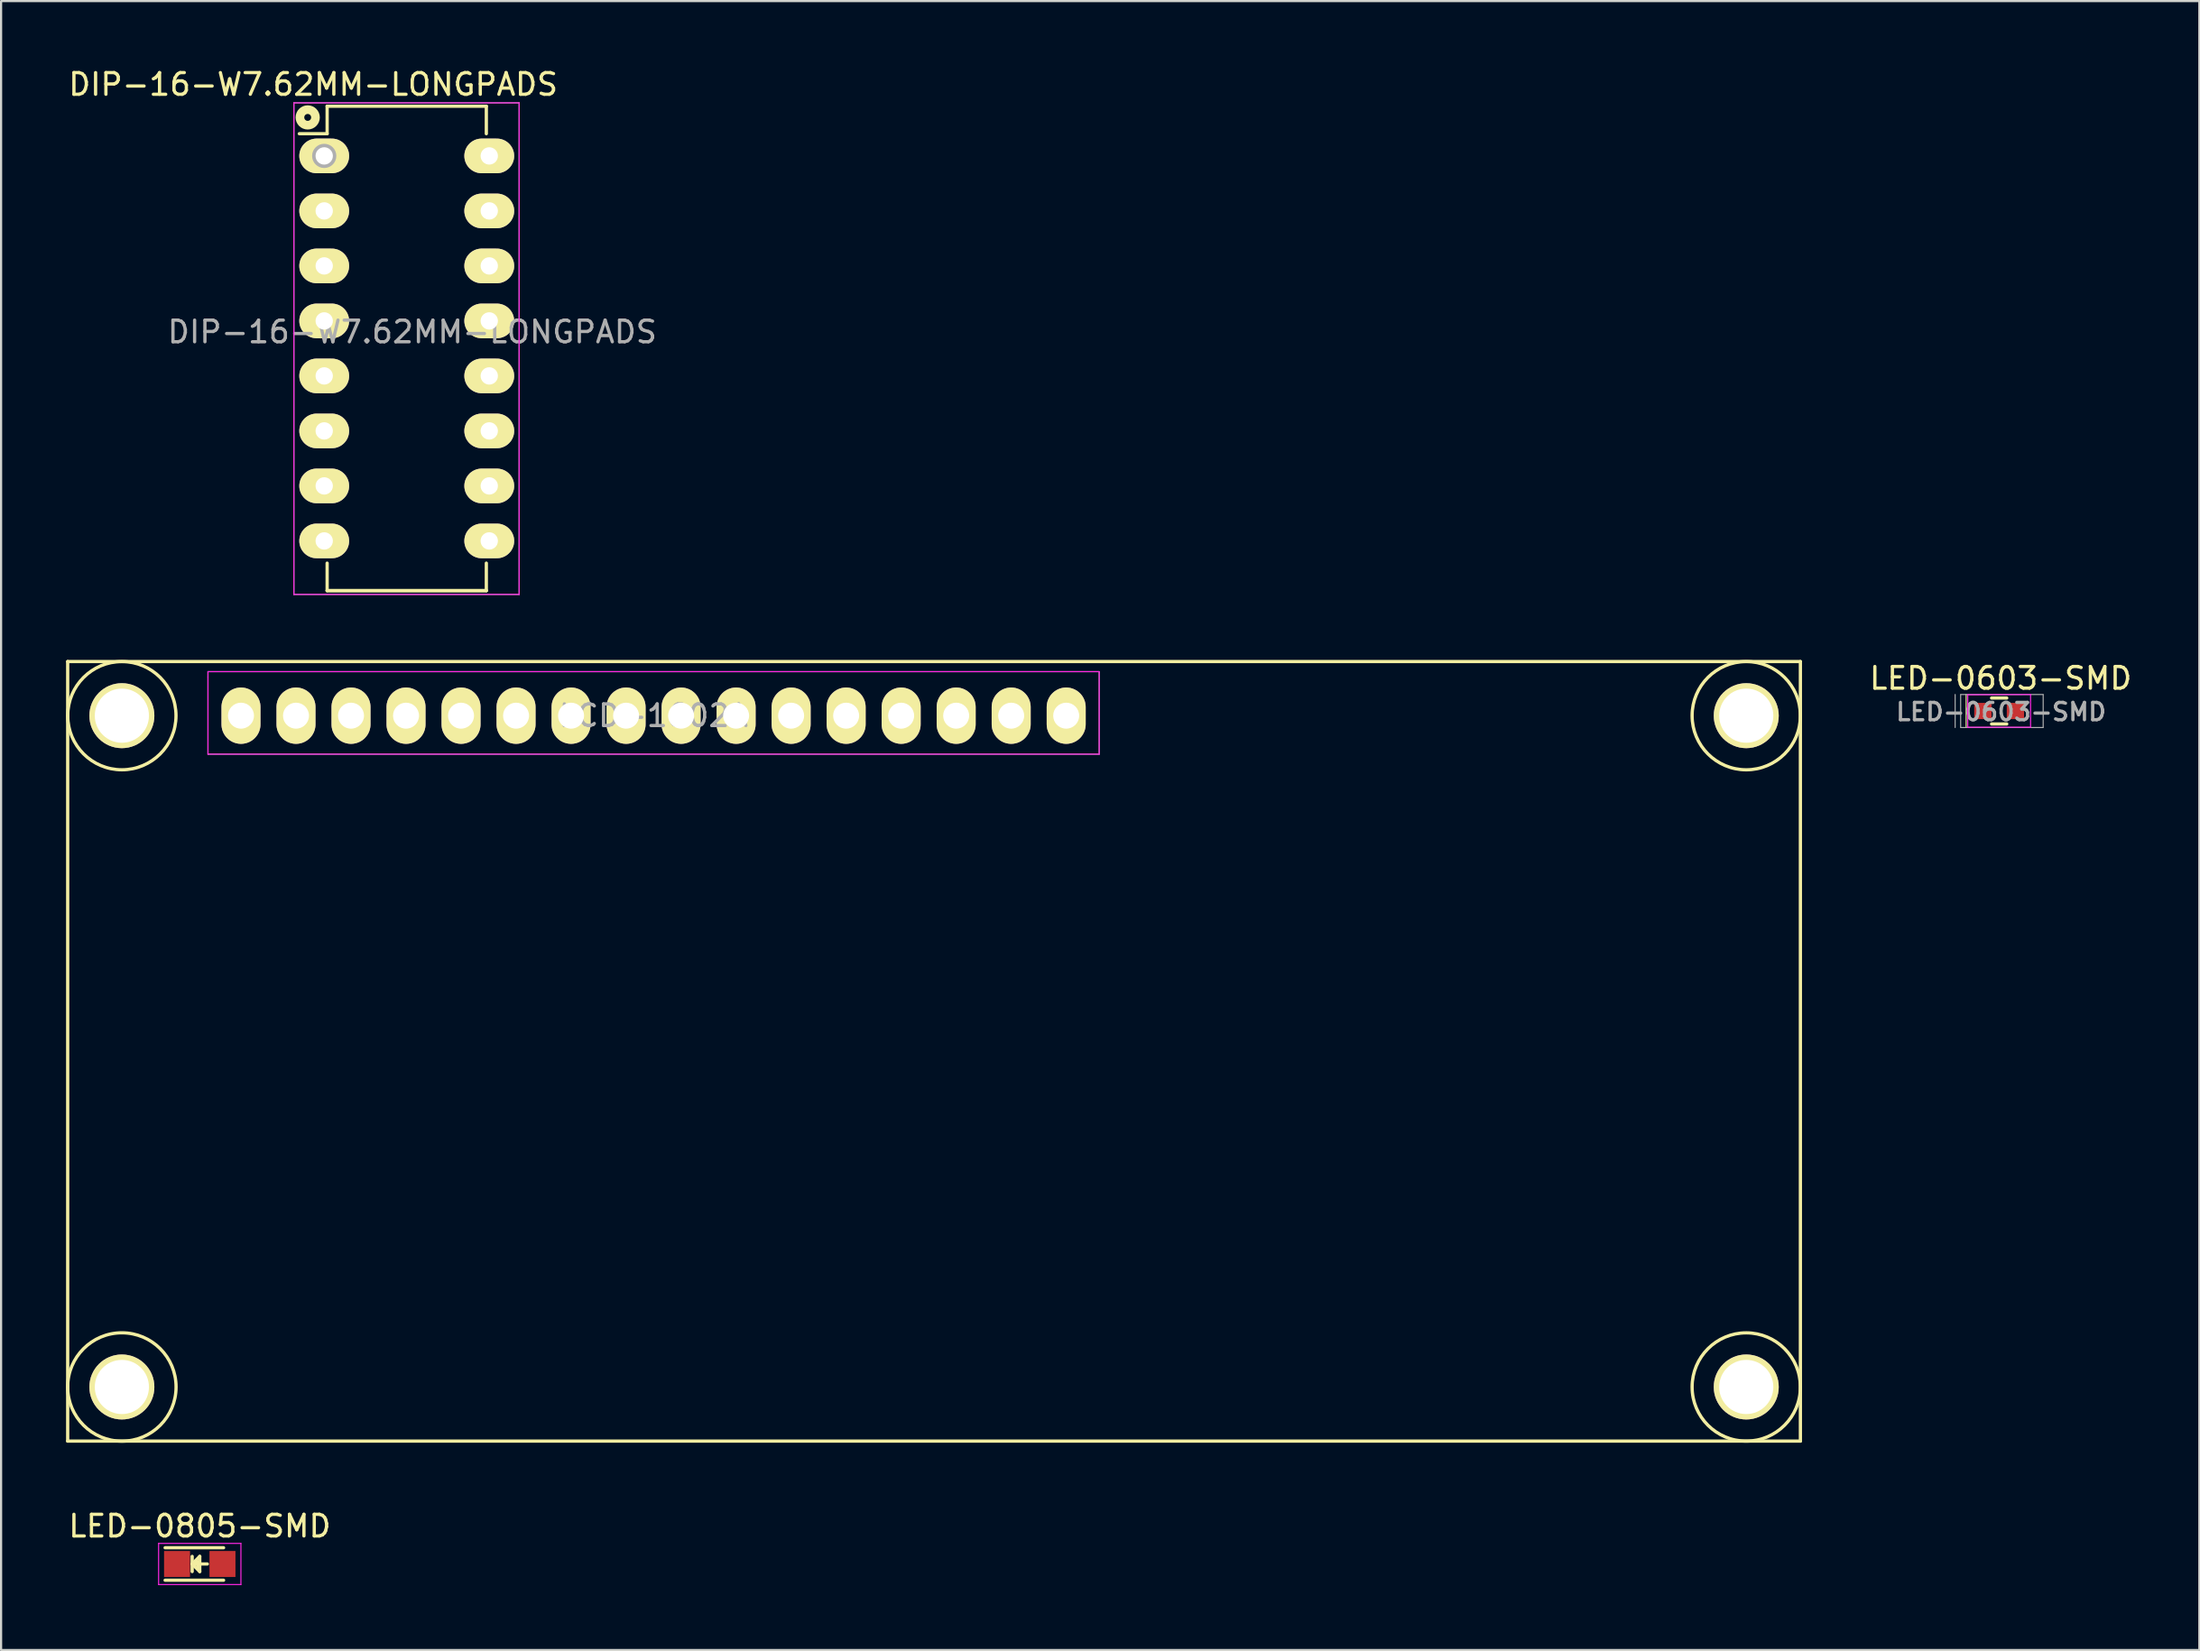
<source format=kicad_pcb>
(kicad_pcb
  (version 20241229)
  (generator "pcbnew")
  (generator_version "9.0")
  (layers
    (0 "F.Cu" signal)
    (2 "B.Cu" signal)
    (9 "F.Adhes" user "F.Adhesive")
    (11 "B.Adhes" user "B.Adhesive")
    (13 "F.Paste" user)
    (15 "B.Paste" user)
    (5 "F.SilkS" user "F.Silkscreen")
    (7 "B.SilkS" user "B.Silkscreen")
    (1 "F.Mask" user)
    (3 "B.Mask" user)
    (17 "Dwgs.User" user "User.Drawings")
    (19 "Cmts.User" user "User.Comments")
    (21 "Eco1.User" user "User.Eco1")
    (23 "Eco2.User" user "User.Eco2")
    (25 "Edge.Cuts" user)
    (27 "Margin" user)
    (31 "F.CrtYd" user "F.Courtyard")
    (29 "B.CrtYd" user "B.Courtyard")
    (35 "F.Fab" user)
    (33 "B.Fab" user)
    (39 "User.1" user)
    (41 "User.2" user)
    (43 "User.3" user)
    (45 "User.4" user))
  (footprint "LCD-1602A"
    (layer "F.Cu")
    (at 8.076 30)
    (property "Reference" "LCD-1602A" (at 19.05 0 0) (layer "F.Fab") (effects (font (size 1 1) (thickness 0.15))))
    (attr through_hole)
    (fp_line (start -8.001 -2.499) (end 71.999 -2.499) (stroke (width 0.15) (type solid)) (layer "F.SilkS"))
    (fp_line (start -8.001 33.5) (end -8.001 -2.499) (stroke (width 0.15) (type solid)) (layer "F.SilkS"))
    (fp_line (start 71.999 -2.499) (end 71.999 33.5) (stroke (width 0.15) (type solid)) (layer "F.SilkS"))
    (fp_line (start 71.999 33.5) (end -8.001 33.5) (stroke (width 0.15) (type solid)) (layer "F.SilkS"))
    (fp_circle (center -5.499 0) (end -3 0) (stroke (width 0.15) (type solid)) (fill no) (layer "F.SilkS"))
    (fp_circle (center -5.499 31.001) (end -8.001 31.001) (stroke (width 0.15) (type solid)) (fill no) (layer "F.SilkS"))
    (fp_circle (center 69.499 0) (end 71.999 0) (stroke (width 0.15) (type solid)) (fill no) (layer "F.SilkS"))
    (fp_circle (center 69.499 31.001) (end 71.999 31.001) (stroke (width 0.15) (type solid)) (fill no) (layer "F.SilkS"))
    (fp_line (start -1.524 -2.032) (end -1.524 -1.778) (stroke (width 0.05) (type solid)) (layer "F.CrtYd"))
    (fp_line (start -1.524 -1.778) (end -1.524 1.778) (stroke (width 0.05) (type solid)) (layer "F.CrtYd"))
    (fp_line (start -1.524 1.778) (end 39.624 1.778) (stroke (width 0.05) (type solid)) (layer "F.CrtYd"))
    (fp_line (start 39.624 -2.032) (end -1.524 -2.032) (stroke (width 0.05) (type solid)) (layer "F.CrtYd"))
    (fp_line (start 39.624 1.778) (end 39.624 -2.032) (stroke (width 0.05) (type solid)) (layer "F.CrtYd"))
    (fp_line (start -1.524 -2.032) (end -1.524 1.778) (stroke (width 0.05) (type solid)) (layer "F.Fab"))
    (fp_line (start -1.524 1.778) (end 39.624 1.778) (stroke (width 0.05) (type solid)) (layer "F.Fab"))
    (fp_line (start 39.624 -2.032) (end -1.524 -2.032) (stroke (width 0.05) (type solid)) (layer "F.Fab"))
    (fp_line (start 39.624 1.778) (end 39.624 -2.032) (stroke (width 0.05) (type solid)) (layer "F.Fab"))
    (pad "0" thru_hole circle (at -5.499 0) (size 3 3) (drill 2.5) (layers "*.Cu" "*.Mask" "F.SilkS"))
    (pad "0" thru_hole circle (at -5.499 31.001) (size 3 3) (drill 2.5) (layers "*.Cu" "*.Mask" "F.SilkS"))
    (pad "0" thru_hole circle (at 69.499 0) (size 3 3) (drill 2.5) (layers "*.Cu" "*.Mask" "F.SilkS"))
    (pad "0" thru_hole circle (at 69.499 31.001) (size 3 3) (drill 2.5) (layers "*.Cu" "*.Mask" "F.SilkS"))
    (pad "1" thru_hole oval (at 0 0) (size 1.8 2.6) (drill 1.2) (layers "*.Cu" "*.Mask" "F.SilkS"))
    (pad "2" thru_hole oval (at 2.54 0) (size 1.8 2.6) (drill 1.2) (layers "*.Cu" "*.Mask" "F.SilkS"))
    (pad "3" thru_hole oval (at 5.08 0) (size 1.8 2.6) (drill 1.2) (layers "*.Cu" "*.Mask" "F.SilkS"))
    (pad "4" thru_hole oval (at 7.62 0) (size 1.8 2.6) (drill 1.2) (layers "*.Cu" "*.Mask" "F.SilkS"))
    (pad "5" thru_hole oval (at 10.16 0) (size 1.8 2.6) (drill 1.2) (layers "*.Cu" "*.Mask" "F.SilkS"))
    (pad "6" thru_hole oval (at 12.7 0) (size 1.8 2.6) (drill 1.2) (layers "*.Cu" "*.Mask" "F.SilkS"))
    (pad "7" thru_hole oval (at 15.24 0) (size 1.8 2.6) (drill 1.2) (layers "*.Cu" "*.Mask" "F.SilkS"))
    (pad "8" thru_hole oval (at 17.78 0) (size 1.8 2.6) (drill 1.2) (layers "*.Cu" "*.Mask" "F.SilkS"))
    (pad "9" thru_hole oval (at 20.32 0) (size 1.8 2.6) (drill 1.2) (layers "*.Cu" "*.Mask" "F.SilkS"))
    (pad "10" thru_hole oval (at 22.86 0) (size 1.8 2.6) (drill 1.2) (layers "*.Cu" "*.Mask" "F.SilkS"))
    (pad "11" thru_hole oval (at 25.4 0) (size 1.8 2.6) (drill 1.2) (layers "*.Cu" "*.Mask" "F.SilkS"))
    (pad "12" thru_hole oval (at 27.94 0) (size 1.8 2.6) (drill 1.2) (layers "*.Cu" "*.Mask" "F.SilkS"))
    (pad "13" thru_hole oval (at 30.48 0) (size 1.8 2.6) (drill 1.2) (layers "*.Cu" "*.Mask" "F.SilkS"))
    (pad "14" thru_hole oval (at 33.02 0) (size 1.8 2.6) (drill 1.2) (layers "*.Cu" "*.Mask" "F.SilkS"))
    (pad "15" thru_hole oval (at 35.56 0) (size 1.8 2.6) (drill 1.2) (layers "*.Cu" "*.Mask" "F.SilkS"))
    (pad "16" thru_hole oval (at 38.1 0) (size 1.8 2.6) (drill 1.2) (layers "*.Cu" "*.Mask" "F.SilkS")))
  (footprint "DIP-16-W7.62MM-LONGPADS"
    (layer "F.Cu")
    (at 11.919 4.15)
    (property "Reference" "DIP-16-W7.62MM-LONGPADS" (at 4.064 8.128 0) (layer "F.Fab") (effects (font (size 1 1) (thickness 0.15))))
    (attr through_hole)
    (fp_line (start 0.135 -2.295) (end 0.135 -1.025) (stroke (width 0.15) (type solid)) (layer "F.SilkS"))
    (fp_line (start 0.135 -2.295) (end 7.485 -2.295) (stroke (width 0.15) (type solid)) (layer "F.SilkS"))
    (fp_line (start 0.135 -1.025) (end -1.15 -1.025) (stroke (width 0.15) (type solid)) (layer "F.SilkS"))
    (fp_line (start 0.135 20.075) (end 0.135 18.805) (stroke (width 0.15) (type solid)) (layer "F.SilkS"))
    (fp_line (start 0.135 20.075) (end 7.485 20.075) (stroke (width 0.15) (type solid)) (layer "F.SilkS"))
    (fp_line (start 0.135 20.075) (end 7.485 20.075) (stroke (width 0.15) (type solid)) (layer "F.SilkS"))
    (fp_line (start 7.485 -2.295) (end 7.485 -1.025) (stroke (width 0.15) (type solid)) (layer "F.SilkS"))
    (fp_line (start 7.485 20.075) (end 7.485 18.805) (stroke (width 0.15) (type solid)) (layer "F.SilkS"))
    (fp_circle (center -0.762 -1.778) (end -0.508 -1.524) (stroke (width 0.4) (type solid)) (fill no) (layer "F.SilkS"))
    (fp_line (start -1.4 -2.45) (end -1.4 20.25) (stroke (width 0.05) (type solid)) (layer "F.CrtYd"))
    (fp_line (start -1.4 -2.45) (end 9 -2.45) (stroke (width 0.05) (type solid)) (layer "F.CrtYd"))
    (fp_line (start -1.4 20.25) (end 9 20.25) (stroke (width 0.05) (type solid)) (layer "F.CrtYd"))
    (fp_line (start 9 -2.45) (end 9 20.25) (stroke (width 0.05) (type solid)) (layer "F.CrtYd"))
    (fp_line (start -1.4 -2.45) (end -1.4 20.25) (stroke (width 0.05) (type solid)) (layer "F.Fab"))
    (fp_line (start -1.4 -2.45) (end 9 -2.45) (stroke (width 0.05) (type solid)) (layer "F.Fab"))
    (fp_line (start -1.4 20.25) (end 9 20.25) (stroke (width 0.05) (type solid)) (layer "F.Fab"))
    (fp_line (start 9 -2.45) (end 9 20.25) (stroke (width 0.05) (type solid)) (layer "F.Fab"))
    (fp_circle (center 0 0) (end 0.254 0.254) (stroke (width 0.4) (type solid)) (fill no) (layer "F.Fab"))
    (fp_text user "${REFERENCE}" (at -0.508 -3.302 0) (layer "F.SilkS") (effects (font (size 1 1) (thickness 0.15))))
    (pad "1" thru_hole oval (at 0 0) (size 2.3 1.6) (drill 0.8) (layers "*.Cu" "*.Mask" "F.SilkS"))
    (pad "2" thru_hole oval (at 0 2.54) (size 2.3 1.6) (drill 0.8) (layers "*.Cu" "*.Mask" "F.SilkS"))
    (pad "3" thru_hole oval (at 0 5.08) (size 2.3 1.6) (drill 0.8) (layers "*.Cu" "*.Mask" "F.SilkS"))
    (pad "4" thru_hole oval (at 0 7.62) (size 2.3 1.6) (drill 0.8) (layers "*.Cu" "*.Mask" "F.SilkS"))
    (pad "5" thru_hole oval (at 0 10.16) (size 2.3 1.6) (drill 0.8) (layers "*.Cu" "*.Mask" "F.SilkS"))
    (pad "6" thru_hole oval (at 0 12.7) (size 2.3 1.6) (drill 0.8) (layers "*.Cu" "*.Mask" "F.SilkS"))
    (pad "7" thru_hole oval (at 0 15.24) (size 2.3 1.6) (drill 0.8) (layers "*.Cu" "*.Mask" "F.SilkS"))
    (pad "8" thru_hole oval (at 0 17.78) (size 2.3 1.6) (drill 0.8) (layers "*.Cu" "*.Mask" "F.SilkS"))
    (pad "9" thru_hole oval (at 7.62 17.78) (size 2.3 1.6) (drill 0.8) (layers "*.Cu" "*.Mask" "F.SilkS"))
    (pad "10" thru_hole oval (at 7.62 15.24) (size 2.3 1.6) (drill 0.8) (layers "*.Cu" "*.Mask" "F.SilkS"))
    (pad "11" thru_hole oval (at 7.62 12.7) (size 2.3 1.6) (drill 0.8) (layers "*.Cu" "*.Mask" "F.SilkS"))
    (pad "12" thru_hole oval (at 7.62 10.16) (size 2.3 1.6) (drill 0.8) (layers "*.Cu" "*.Mask" "F.SilkS"))
    (pad "13" thru_hole oval (at 7.62 7.62) (size 2.3 1.6) (drill 0.8) (layers "*.Cu" "*.Mask" "F.SilkS"))
    (pad "14" thru_hole oval (at 7.62 5.08) (size 2.3 1.6) (drill 0.8) (layers "*.Cu" "*.Mask" "F.SilkS"))
    (pad "15" thru_hole oval (at 7.62 2.54) (size 2.3 1.6) (drill 0.8) (layers "*.Cu" "*.Mask" "F.SilkS"))
    (pad "16" thru_hole oval (at 7.62 0) (size 2.3 1.6) (drill 0.8) (layers "*.Cu" "*.Mask" "F.SilkS")))
  (footprint "LED-0603-SMD"
    (layer "F.Cu")
    (at 89.252 29.784)
    (property "Reference" "LED-0603-SMD" (at 0.09 0.04 0) (layer "F.Fab") (effects (font (size 0.8 0.8) (thickness 0.15))))
    (attr smd)
    (fp_line (start -1.524 0.762) (end -1.524 -0.762) (stroke (width 0.05) (type solid)) (layer "F.SilkS"))
    (fp_line (start -0.35 -0.6) (end 0.35 -0.6) (stroke (width 0.15) (type solid)) (layer "F.SilkS"))
    (fp_line (start 0.35 0.6) (end -0.35 0.6) (stroke (width 0.15) (type solid)) (layer "F.SilkS"))
    (fp_line (start -1.45 -0.75) (end -1.45 0.75) (stroke (width 0.05) (type solid)) (layer "F.CrtYd"))
    (fp_line (start -1.45 -0.75) (end 1.45 -0.762) (stroke (width 0.05) (type solid)) (layer "F.CrtYd"))
    (fp_line (start -1.45 0.75) (end 1.45 0.75) (stroke (width 0.05) (type solid)) (layer "F.CrtYd"))
    (fp_line (start 1.45 -0.75) (end 1.45 0.75) (stroke (width 0.05) (type solid)) (layer "F.CrtYd"))
    (fp_line (start -2.032 -0.762) (end -2.032 0.762) (stroke (width 0.05) (type solid)) (layer "F.Fab"))
    (fp_line (start -1.778 -0.762) (end 2.032 -0.762) (stroke (width 0.05) (type solid)) (layer "F.Fab"))
    (fp_line (start -1.778 -0.75) (end -1.778 0.75) (stroke (width 0.05) (type solid)) (layer "F.Fab"))
    (fp_line (start -1.778 0.762) (end 2.032 0.762) (stroke (width 0.05) (type solid)) (layer "F.Fab"))
    (fp_line (start 2.032 -0.75) (end 2.032 0.75) (stroke (width 0.05) (type solid)) (layer "F.Fab"))
    (fp_text user "${REFERENCE}" (at 0.07 -1.51 0) (layer "F.SilkS") (effects (font (size 1 1) (thickness 0.15))))
    (pad "1" smd rect (at -0.75 0) (size 0.8 0.75) (layers "F.Cu" "F.Mask" "F.Paste"))
    (pad "2" smd rect (at 0.75 0) (size 0.8 0.75) (layers "F.Cu" "F.Mask" "F.Paste")))
  (footprint "LED-0805-SMD"
    (layer "F.Cu")
    (at 6.173 69.175)
    (property "Reference" "LED-0805-SMD" (at 0 -1.75 0) (layer "F.SilkS") (effects (font (size 1 1) (thickness 0.15))))
    (attr smd)
    (fp_line (start -1.6 -0.75) (end 1.1 -0.75) (stroke (width 0.15) (type solid)) (layer "F.SilkS"))
    (fp_line (start -1.6 0.75) (end 1.1 0.75) (stroke (width 0.15) (type solid)) (layer "F.SilkS"))
    (fp_line (start -0.35 -0.35) (end -0.35 0.35) (stroke (width 0.15) (type solid)) (layer "F.SilkS"))
    (fp_line (start -0.35 0) (end 0 -0.35) (stroke (width 0.15) (type solid)) (layer "F.SilkS"))
    (fp_line (start -0.1 -0.1) (end -0.25 0.05) (stroke (width 0.15) (type solid)) (layer "F.SilkS"))
    (fp_line (start -0.1 0.15) (end -0.1 -0.1) (stroke (width 0.15) (type solid)) (layer "F.SilkS"))
    (fp_line (start 0 -0.35) (end 0 0.35) (stroke (width 0.15) (type solid)) (layer "F.SilkS"))
    (fp_line (start 0 0) (end 0.35 0) (stroke (width 0.15) (type solid)) (layer "F.SilkS"))
    (fp_line (start 0 0.35) (end -0.35 0) (stroke (width 0.15) (type solid)) (layer "F.SilkS"))
    (fp_line (start -1.9 -0.95) (end 1.9 -0.95) (stroke (width 0.05) (type solid)) (layer "F.CrtYd"))
    (fp_line (start -1.9 0.95) (end -1.9 -0.95) (stroke (width 0.05) (type solid)) (layer "F.CrtYd"))
    (fp_line (start 1.9 -0.95) (end 1.9 0.95) (stroke (width 0.05) (type solid)) (layer "F.CrtYd"))
    (fp_line (start 1.9 0.95) (end -1.9 0.95) (stroke (width 0.05) (type solid)) (layer "F.CrtYd"))
    (pad "1" smd rect (at -1.049 0 180) (size 1.199 1.199) (layers "F.Cu" "F.Mask" "F.Paste"))
    (pad "2" smd rect (at 1.049 0 180) (size 1.199 1.199) (layers "F.Cu" "F.Mask" "F.Paste")))
  (gr_rect
    (start -3 -3)
    (end 98.495 73.15)
    (stroke (width 0.1) (type default))
    (fill no)
    (layer "Edge.Cuts")))
</source>
